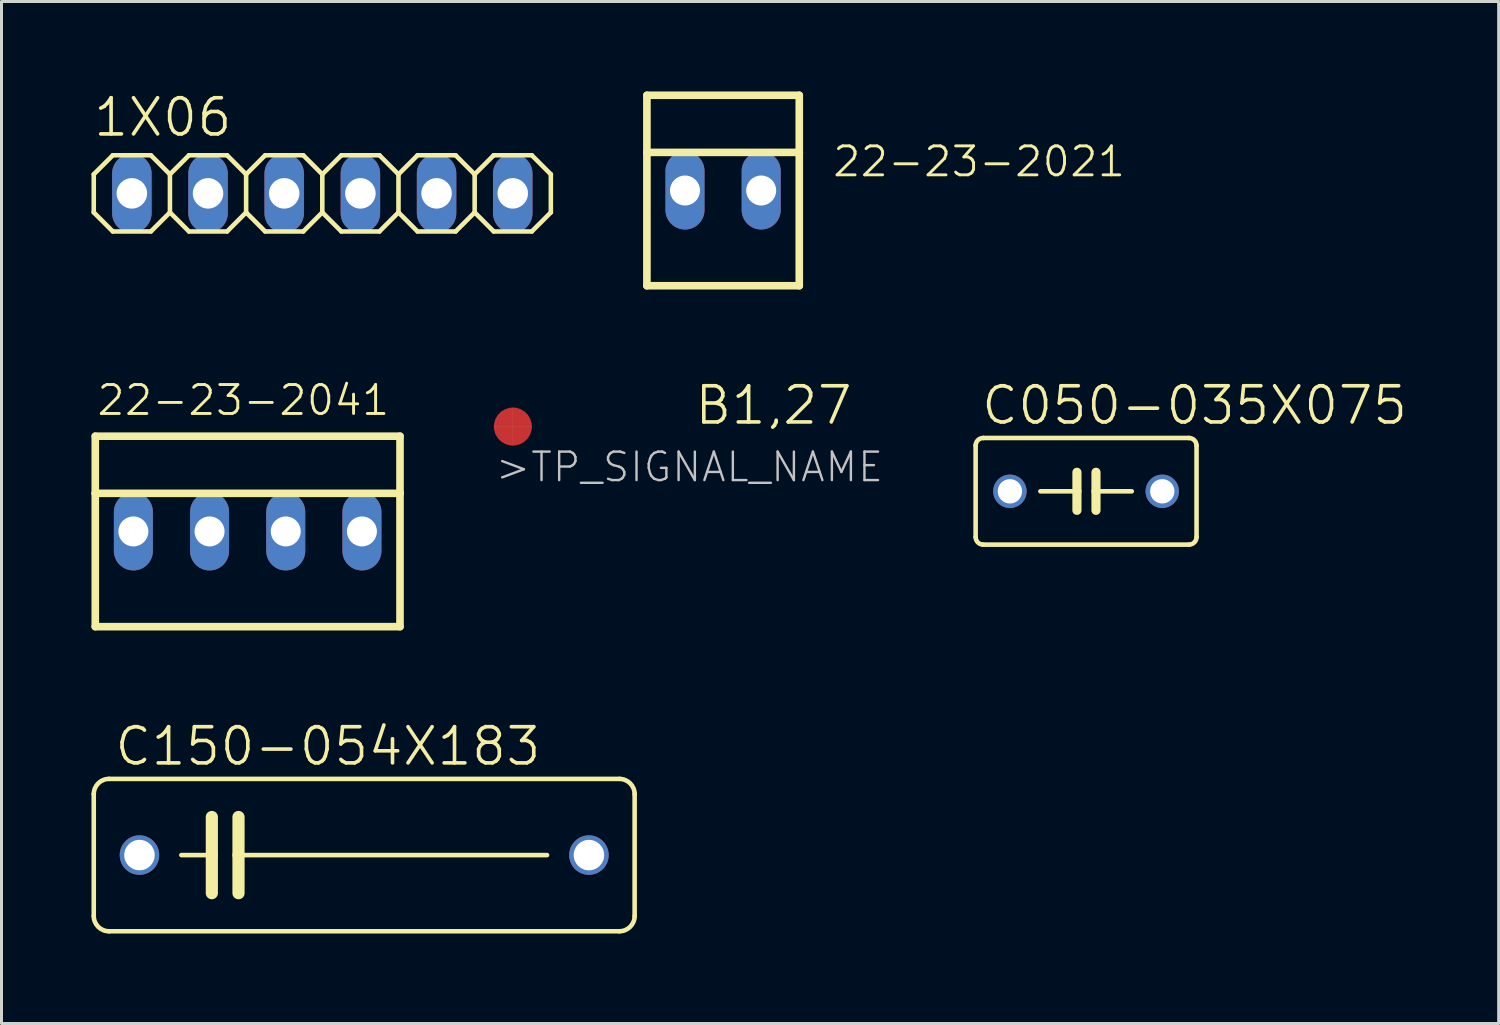
<source format=kicad_pcb>
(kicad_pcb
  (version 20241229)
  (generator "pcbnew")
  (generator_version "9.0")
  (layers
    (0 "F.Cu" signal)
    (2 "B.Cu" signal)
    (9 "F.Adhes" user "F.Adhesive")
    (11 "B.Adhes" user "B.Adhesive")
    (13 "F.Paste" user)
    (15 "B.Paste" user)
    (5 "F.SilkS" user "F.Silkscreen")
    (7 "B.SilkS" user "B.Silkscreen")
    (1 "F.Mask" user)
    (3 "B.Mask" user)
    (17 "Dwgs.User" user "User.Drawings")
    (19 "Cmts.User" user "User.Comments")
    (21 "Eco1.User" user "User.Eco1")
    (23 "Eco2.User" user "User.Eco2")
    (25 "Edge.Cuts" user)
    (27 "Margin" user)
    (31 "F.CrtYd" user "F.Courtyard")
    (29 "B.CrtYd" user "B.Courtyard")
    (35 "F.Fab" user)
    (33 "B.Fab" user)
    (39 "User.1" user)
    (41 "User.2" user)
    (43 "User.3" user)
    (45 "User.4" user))
  (footprint "C050-035X075"
    (layer "F.Cu")
    (at 33.162 13.331)
    (property "Reference" "C050-035X075" (at -3.556 -2.159 0) (layer "F.SilkS") (effects (font (size 1.206 1.206) (thickness 0.121)) (justify left bottom)))
    (attr through_hole)
    (fp_line (start -3.683 -1.524) (end -3.683 1.524) (stroke (width 0.152) (type solid)) (layer "F.SilkS"))
    (fp_line (start -3.429 1.778) (end 3.429 1.778) (stroke (width 0.152) (type solid)) (layer "F.SilkS"))
    (fp_line (start -0.305 -0.635) (end -0.305 0) (stroke (width 0.305) (type solid)) (layer "F.SilkS"))
    (fp_line (start -0.305 0) (end -1.524 0) (stroke (width 0.152) (type solid)) (layer "F.SilkS"))
    (fp_line (start -0.305 0) (end -0.305 0.635) (stroke (width 0.305) (type solid)) (layer "F.SilkS"))
    (fp_line (start 0.33 -0.635) (end 0.33 0) (stroke (width 0.305) (type solid)) (layer "F.SilkS"))
    (fp_line (start 0.33 0) (end 0.33 0.635) (stroke (width 0.305) (type solid)) (layer "F.SilkS"))
    (fp_line (start 0.33 0) (end 1.524 0) (stroke (width 0.152) (type solid)) (layer "F.SilkS"))
    (fp_line (start 3.429 -1.778) (end -3.429 -1.778) (stroke (width 0.152) (type solid)) (layer "F.SilkS"))
    (fp_line (start 3.683 1.524) (end 3.683 -1.524) (stroke (width 0.152) (type solid)) (layer "F.SilkS"))
    (fp_arc (start -3.683 -1.524) (mid -3.608605 -1.703605) (end -3.429 -1.778) (stroke (width 0.1524) (type solid)) (layer "F.SilkS"))
    (fp_arc (start -3.429 1.778) (mid -3.608605 1.703605) (end -3.683 1.524) (stroke (width 0.1524) (type solid)) (layer "F.SilkS"))
    (fp_arc (start 3.429 -1.778) (mid 3.608605 -1.703605) (end 3.683 -1.524) (stroke (width 0.1524) (type solid)) (layer "F.SilkS"))
    (fp_arc (start 3.683 1.524) (mid 3.608605 1.703605) (end 3.429 1.778) (stroke (width 0.1524) (type solid)) (layer "F.SilkS"))
    (pad "1" thru_hole circle (at -2.54 0) (size 1.113 1.113) (drill 0.813) (layers "*.Cu" "*.Mask"))
    (pad "2" thru_hole circle (at 2.54 0) (size 1.113 1.113) (drill 0.813) (layers "*.Cu" "*.Mask")))
  (footprint "22-23-2041"
    (layer "F.Cu")
    (at 5.207 14.669)
    (property "Reference" "22-23-2041" (at -5.08 -3.81 180) (layer "F.SilkS") (effects (font (size 0.965 0.965) (thickness 0.097)) (justify left bottom)))
    (attr through_hole)
    (fp_line (start -5.08 -3.175) (end 5.08 -3.175) (stroke (width 0.254) (type solid)) (layer "F.SilkS"))
    (fp_line (start -5.08 -1.27) (end -5.08 -3.175) (stroke (width 0.254) (type solid)) (layer "F.SilkS"))
    (fp_line (start -5.08 -1.27) (end 5.08 -1.27) (stroke (width 0.254) (type solid)) (layer "F.SilkS"))
    (fp_line (start -5.08 3.175) (end -5.08 -1.27) (stroke (width 0.254) (type solid)) (layer "F.SilkS"))
    (fp_line (start 5.08 -3.175) (end 5.08 -1.27) (stroke (width 0.254) (type solid)) (layer "F.SilkS"))
    (fp_line (start 5.08 -1.27) (end 5.08 3.175) (stroke (width 0.254) (type solid)) (layer "F.SilkS"))
    (fp_line (start 5.08 3.175) (end -5.08 3.175) (stroke (width 0.254) (type solid)) (layer "F.SilkS"))
    (pad "1" thru_hole oval (at -3.81 0 90) (size 2.6 1.3) (drill 1) (layers "*.Cu" "*.Mask"))
    (pad "2" thru_hole oval (at -1.27 0 90) (size 2.6 1.3) (drill 1) (layers "*.Cu" "*.Mask"))
    (pad "3" thru_hole oval (at 1.27 0 90) (size 2.6 1.3) (drill 1) (layers "*.Cu" "*.Mask"))
    (pad "4" thru_hole oval (at 3.81 0 90) (size 2.6 1.3) (drill 1) (layers "*.Cu" "*.Mask")))
  (footprint "22-23-2021"
    (layer "F.Cu")
    (at 21.059 3.302)
    (property "Reference" "22-23-2021" (at 3.6 -0.4 0) (layer "F.SilkS") (effects (font (size 0.965 0.965) (thickness 0.097)) (justify left bottom)))
    (attr through_hole)
    (fp_line (start -2.54 -3.175) (end 2.54 -3.175) (stroke (width 0.254) (type solid)) (layer "F.SilkS"))
    (fp_line (start -2.54 -1.27) (end -2.54 -3.175) (stroke (width 0.254) (type solid)) (layer "F.SilkS"))
    (fp_line (start -2.54 -1.27) (end 2.54 -1.27) (stroke (width 0.254) (type solid)) (layer "F.SilkS"))
    (fp_line (start -2.54 3.175) (end -2.54 -1.27) (stroke (width 0.254) (type solid)) (layer "F.SilkS"))
    (fp_line (start 2.54 -3.175) (end 2.54 -1.27) (stroke (width 0.254) (type solid)) (layer "F.SilkS"))
    (fp_line (start 2.54 -1.27) (end 2.54 3.175) (stroke (width 0.254) (type solid)) (layer "F.SilkS"))
    (fp_line (start 2.54 3.175) (end -2.54 3.175) (stroke (width 0.254) (type solid)) (layer "F.SilkS"))
    (pad "1" thru_hole oval (at -1.27 0 90) (size 2.6 1.3) (drill 1) (layers "*.Cu" "*.Mask"))
    (pad "2" thru_hole oval (at 1.27 0 90) (size 2.6 1.3) (drill 1) (layers "*.Cu" "*.Mask")))
  (footprint "B1,27"
    (layer "F.Cu")
    (at 14.05 11.172)
    (property "Reference" "B1,27" (at 6 0 0) (layer "F.SilkS") (effects (font (size 1.206 1.206) (thickness 0.121)) (justify left bottom)))
    (attr through_hole)
    (fp_line (start -0.635 0) (end 0.635 0) (stroke (width 0.002) (type solid)) (layer "Dwgs.User"))
    (fp_line (start 0 -0.635) (end 0 0.635) (stroke (width 0.002) (type solid)) (layer "Dwgs.User"))
    (fp_text user ">TP_SIGNAL_NAME" (at -0.635 1.905 0) (layer "Dwgs.User") (effects (font (size 0.95 0.95) (thickness 0.08)) (justify left bottom)))
    (pad "TP" smd roundrect (at 0 0) (size 1.27 1.27) (layers "F.Cu" "F.Mask") (roundrect_rratio 0.5)))
  (footprint "1X06"
    (layer "F.Cu")
    (at 7.696 3.397)
    (property "Reference" "1X06" (at -7.696 -1.829 0) (layer "F.SilkS") (effects (font (size 1.206 1.206) (thickness 0.121)) (justify left bottom)))
    (attr through_hole)
    (fp_line (start -7.62 -0.635) (end -7.62 0.635) (stroke (width 0.152) (type solid)) (layer "F.SilkS"))
    (fp_line (start -7.62 0.635) (end -6.985 1.27) (stroke (width 0.152) (type solid)) (layer "F.SilkS"))
    (fp_line (start -6.985 -1.27) (end -7.62 -0.635) (stroke (width 0.152) (type solid)) (layer "F.SilkS"))
    (fp_line (start -6.985 -1.27) (end -5.715 -1.27) (stroke (width 0.152) (type solid)) (layer "F.SilkS"))
    (fp_line (start -5.715 -1.27) (end -5.08 -0.635) (stroke (width 0.152) (type solid)) (layer "F.SilkS"))
    (fp_line (start -5.715 1.27) (end -6.985 1.27) (stroke (width 0.152) (type solid)) (layer "F.SilkS"))
    (fp_line (start -5.08 -0.635) (end -5.08 0.635) (stroke (width 0.152) (type solid)) (layer "F.SilkS"))
    (fp_line (start -5.08 -0.635) (end -4.445 -1.27) (stroke (width 0.152) (type solid)) (layer "F.SilkS"))
    (fp_line (start -5.08 0.635) (end -5.715 1.27) (stroke (width 0.152) (type solid)) (layer "F.SilkS"))
    (fp_line (start -4.445 -1.27) (end -3.175 -1.27) (stroke (width 0.152) (type solid)) (layer "F.SilkS"))
    (fp_line (start -4.445 1.27) (end -5.08 0.635) (stroke (width 0.152) (type solid)) (layer "F.SilkS"))
    (fp_line (start -3.175 -1.27) (end -2.54 -0.635) (stroke (width 0.152) (type solid)) (layer "F.SilkS"))
    (fp_line (start -3.175 1.27) (end -4.445 1.27) (stroke (width 0.152) (type solid)) (layer "F.SilkS"))
    (fp_line (start -2.54 -0.635) (end -2.54 0.635) (stroke (width 0.152) (type solid)) (layer "F.SilkS"))
    (fp_line (start -2.54 -0.635) (end -1.905 -1.27) (stroke (width 0.152) (type solid)) (layer "F.SilkS"))
    (fp_line (start -2.54 0.635) (end -3.175 1.27) (stroke (width 0.152) (type solid)) (layer "F.SilkS"))
    (fp_line (start -1.905 -1.27) (end -0.635 -1.27) (stroke (width 0.152) (type solid)) (layer "F.SilkS"))
    (fp_line (start -1.905 1.27) (end -2.54 0.635) (stroke (width 0.152) (type solid)) (layer "F.SilkS"))
    (fp_line (start -0.635 -1.27) (end 0 -0.635) (stroke (width 0.152) (type solid)) (layer "F.SilkS"))
    (fp_line (start -0.635 1.27) (end -1.905 1.27) (stroke (width 0.152) (type solid)) (layer "F.SilkS"))
    (fp_line (start 0 -0.635) (end 0 0.635) (stroke (width 0.152) (type solid)) (layer "F.SilkS"))
    (fp_line (start 0 0.635) (end -0.635 1.27) (stroke (width 0.152) (type solid)) (layer "F.SilkS"))
    (fp_line (start 0 0.635) (end 0.635 1.27) (stroke (width 0.152) (type solid)) (layer "F.SilkS"))
    (fp_line (start 0.635 -1.27) (end 0 -0.635) (stroke (width 0.152) (type solid)) (layer "F.SilkS"))
    (fp_line (start 0.635 -1.27) (end 1.905 -1.27) (stroke (width 0.152) (type solid)) (layer "F.SilkS"))
    (fp_line (start 1.905 -1.27) (end 2.54 -0.635) (stroke (width 0.152) (type solid)) (layer "F.SilkS"))
    (fp_line (start 1.905 1.27) (end 0.635 1.27) (stroke (width 0.152) (type solid)) (layer "F.SilkS"))
    (fp_line (start 2.54 -0.635) (end 2.54 0.635) (stroke (width 0.152) (type solid)) (layer "F.SilkS"))
    (fp_line (start 2.54 -0.635) (end 3.175 -1.27) (stroke (width 0.152) (type solid)) (layer "F.SilkS"))
    (fp_line (start 2.54 0.635) (end 1.905 1.27) (stroke (width 0.152) (type solid)) (layer "F.SilkS"))
    (fp_line (start 3.175 -1.27) (end 4.445 -1.27) (stroke (width 0.152) (type solid)) (layer "F.SilkS"))
    (fp_line (start 3.175 1.27) (end 2.54 0.635) (stroke (width 0.152) (type solid)) (layer "F.SilkS"))
    (fp_line (start 4.445 -1.27) (end 5.08 -0.635) (stroke (width 0.152) (type solid)) (layer "F.SilkS"))
    (fp_line (start 4.445 1.27) (end 3.175 1.27) (stroke (width 0.152) (type solid)) (layer "F.SilkS"))
    (fp_line (start 5.08 -0.635) (end 5.08 0.635) (stroke (width 0.152) (type solid)) (layer "F.SilkS"))
    (fp_line (start 5.08 0.635) (end 4.445 1.27) (stroke (width 0.152) (type solid)) (layer "F.SilkS"))
    (fp_line (start 5.08 0.635) (end 5.715 1.27) (stroke (width 0.152) (type solid)) (layer "F.SilkS"))
    (fp_line (start 5.715 -1.27) (end 5.08 -0.635) (stroke (width 0.152) (type solid)) (layer "F.SilkS"))
    (fp_line (start 5.715 -1.27) (end 6.985 -1.27) (stroke (width 0.152) (type solid)) (layer "F.SilkS"))
    (fp_line (start 6.985 -1.27) (end 7.62 -0.635) (stroke (width 0.152) (type solid)) (layer "F.SilkS"))
    (fp_line (start 6.985 1.27) (end 5.715 1.27) (stroke (width 0.152) (type solid)) (layer "F.SilkS"))
    (fp_line (start 7.62 -0.635) (end 7.62 0.635) (stroke (width 0.152) (type solid)) (layer "F.SilkS"))
    (fp_line (start 7.62 0.635) (end 6.985 1.27) (stroke (width 0.152) (type solid)) (layer "F.SilkS"))
    (fp_poly (pts (xy -6.604 0.254) (xy -6.096 0.254) (xy -6.096 -0.254) (xy -6.604 -0.254)) (stroke (width 0.1) (type solid)) (fill no) (layer "F.Fab"))
    (fp_poly (pts (xy -4.064 0.254) (xy -3.556 0.254) (xy -3.556 -0.254) (xy -4.064 -0.254)) (stroke (width 0.1) (type solid)) (fill no) (layer "F.Fab"))
    (fp_poly (pts (xy -1.524 0.254) (xy -1.016 0.254) (xy -1.016 -0.254) (xy -1.524 -0.254)) (stroke (width 0.1) (type solid)) (fill no) (layer "F.Fab"))
    (fp_poly (pts (xy 1.016 0.254) (xy 1.524 0.254) (xy 1.524 -0.254) (xy 1.016 -0.254)) (stroke (width 0.1) (type solid)) (fill no) (layer "F.Fab"))
    (fp_poly (pts (xy 3.556 0.254) (xy 4.064 0.254) (xy 4.064 -0.254) (xy 3.556 -0.254)) (stroke (width 0.1) (type solid)) (fill no) (layer "F.Fab"))
    (fp_poly (pts (xy 6.096 0.254) (xy 6.604 0.254) (xy 6.604 -0.254) (xy 6.096 -0.254)) (stroke (width 0.1) (type solid)) (fill no) (layer "F.Fab"))
    (pad "1" thru_hole oval (at -6.35 0 90) (size 2.632 1.316) (drill 1.016) (layers "*.Cu" "*.Mask"))
    (pad "2" thru_hole oval (at -3.81 0 90) (size 2.632 1.316) (drill 1.016) (layers "*.Cu" "*.Mask"))
    (pad "3" thru_hole oval (at -1.27 0 90) (size 2.632 1.316) (drill 1.016) (layers "*.Cu" "*.Mask"))
    (pad "4" thru_hole oval (at 1.27 0 90) (size 2.632 1.316) (drill 1.016) (layers "*.Cu" "*.Mask"))
    (pad "5" thru_hole oval (at 3.81 0 90) (size 2.632 1.316) (drill 1.016) (layers "*.Cu" "*.Mask"))
    (pad "6" thru_hole oval (at 6.35 0 90) (size 2.632 1.316) (drill 1.016) (layers "*.Cu" "*.Mask")))
  (footprint "C150-054X183"
    (layer "F.Cu")
    (at 9.093 25.46)
    (property "Reference" "C150-054X183" (at -8.382 -2.921 180) (layer "F.SilkS") (effects (font (size 1.206 1.206) (thickness 0.121)) (justify left bottom)))
    (attr through_hole)
    (fp_line (start -9.017 2.032) (end -9.017 -2.032) (stroke (width 0.152) (type solid)) (layer "F.SilkS"))
    (fp_line (start -8.509 -2.54) (end 8.509 -2.54) (stroke (width 0.152) (type solid)) (layer "F.SilkS"))
    (fp_line (start -5.08 -1.27) (end -5.08 0) (stroke (width 0.406) (type solid)) (layer "F.SilkS"))
    (fp_line (start -5.08 0) (end -6.096 0) (stroke (width 0.152) (type solid)) (layer "F.SilkS"))
    (fp_line (start -5.08 0) (end -5.08 1.27) (stroke (width 0.406) (type solid)) (layer "F.SilkS"))
    (fp_line (start -4.191 -1.27) (end -4.191 0) (stroke (width 0.406) (type solid)) (layer "F.SilkS"))
    (fp_line (start -4.191 0) (end -4.191 1.27) (stroke (width 0.406) (type solid)) (layer "F.SilkS"))
    (fp_line (start -4.191 0) (end 6.096 0) (stroke (width 0.152) (type solid)) (layer "F.SilkS"))
    (fp_line (start 8.509 2.54) (end -8.509 2.54) (stroke (width 0.152) (type solid)) (layer "F.SilkS"))
    (fp_line (start 9.017 -2.032) (end 9.017 2.032) (stroke (width 0.152) (type solid)) (layer "F.SilkS"))
    (fp_arc (start -9.017 -2.032) (mid -8.86821 -2.39121) (end -8.509 -2.54) (stroke (width 0.1524) (type solid)) (layer "F.SilkS"))
    (fp_arc (start -8.509 2.54) (mid -8.86821 2.39121) (end -9.017 2.032) (stroke (width 0.1524) (type solid)) (layer "F.SilkS"))
    (fp_arc (start 8.509 -2.54) (mid 8.86821 -2.39121) (end 9.017 -2.032) (stroke (width 0.1524) (type solid)) (layer "F.SilkS"))
    (fp_arc (start 9.017 2.032) (mid 8.86821 2.39121) (end 8.509 2.54) (stroke (width 0.1524) (type solid)) (layer "F.SilkS"))
    (pad "1" thru_hole circle (at -7.493 0) (size 1.316 1.316) (drill 1.016) (layers "*.Cu" "*.Mask"))
    (pad "2" thru_hole circle (at 7.493 0) (size 1.316 1.316) (drill 1.016) (layers "*.Cu" "*.Mask")))
  (gr_rect
    (start -3 -3)
    (end 46.918 31.076)
    (stroke (width 0.1) (type default))
    (fill no)
    (layer "Edge.Cuts")))
</source>
